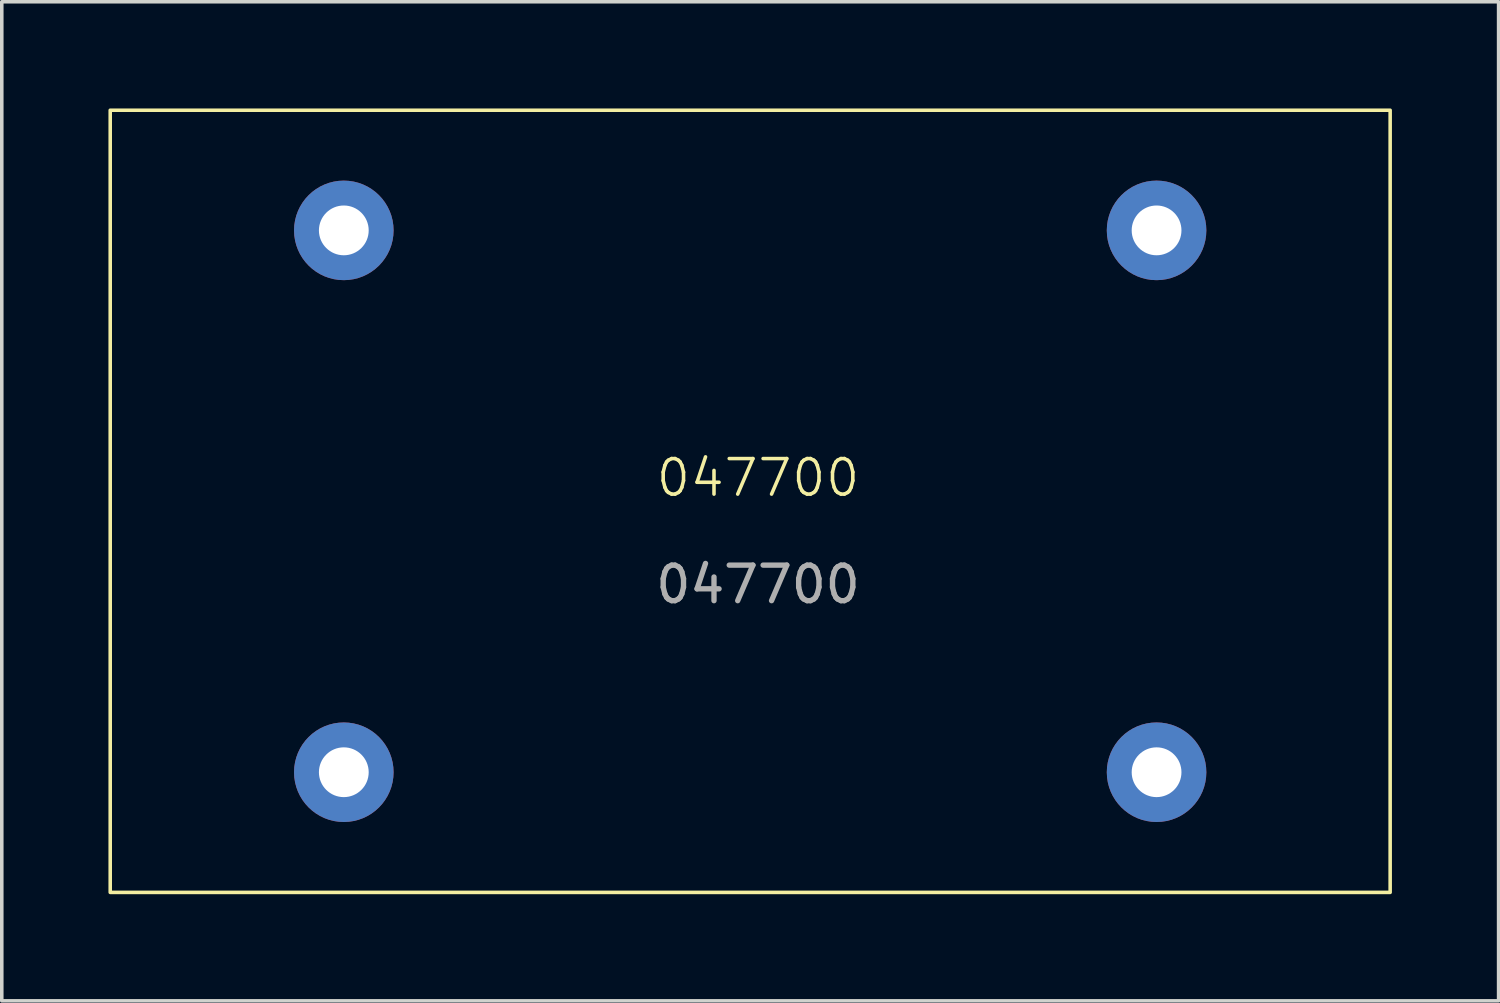
<source format=kicad_pcb>
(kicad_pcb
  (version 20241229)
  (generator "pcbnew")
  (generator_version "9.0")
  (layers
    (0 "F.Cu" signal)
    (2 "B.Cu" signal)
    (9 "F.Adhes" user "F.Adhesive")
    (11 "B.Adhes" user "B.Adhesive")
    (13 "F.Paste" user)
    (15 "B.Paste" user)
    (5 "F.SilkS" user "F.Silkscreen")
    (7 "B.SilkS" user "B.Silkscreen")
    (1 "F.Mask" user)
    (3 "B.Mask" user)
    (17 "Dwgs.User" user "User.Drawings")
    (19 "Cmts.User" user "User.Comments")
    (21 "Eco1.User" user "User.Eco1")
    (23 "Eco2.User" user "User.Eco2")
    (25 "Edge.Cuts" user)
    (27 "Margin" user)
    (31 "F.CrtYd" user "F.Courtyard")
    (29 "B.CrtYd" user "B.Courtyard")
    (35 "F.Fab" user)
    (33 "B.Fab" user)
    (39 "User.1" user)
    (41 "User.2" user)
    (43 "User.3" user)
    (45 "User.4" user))
  (footprint "047700"
    (layer "F.Cu")
    (at 18.27 11.89)
    (property "Reference" "047700" (at 0 -1.5 0) (unlocked yes) (layer "F.SilkS") (effects (font (size 1 1) (thickness 0.1))))
    (attr through_hole)
    (fp_rect (start -18.22 -11.84) (end 17.78 10.16) (stroke (width 0.1) (type default)) (fill no) (layer "F.SilkS"))
    (fp_text user "${REFERENCE}" (at 0 1.5 0) (unlocked yes) (layer "F.Fab") (effects (font (size 1 1) (thickness 0.15))))
    (pad "1" thru_hole circle (at -11.65 -8.46 180) (size 2.8 2.8) (drill 1.4) (layers "*.Cu" "*.Mask"))
    (pad "2" thru_hole circle (at 11.21 -8.46 180) (size 2.8 2.8) (drill 1.4) (layers "*.Cu" "*.Mask"))
    (pad "3" thru_hole circle (at 11.21 6.78 180) (size 2.8 2.8) (drill 1.4) (layers "*.Cu" "*.Mask"))
    (pad "4" thru_hole circle (at -11.65 6.78 180) (size 2.8 2.8) (drill 1.4) (layers "*.Cu" "*.Mask")))
  (gr_rect
    (start -3 -3)
    (end 39.1 25.1)
    (stroke (width 0.1) (type default))
    (fill no)
    (layer "Edge.Cuts")))
</source>
